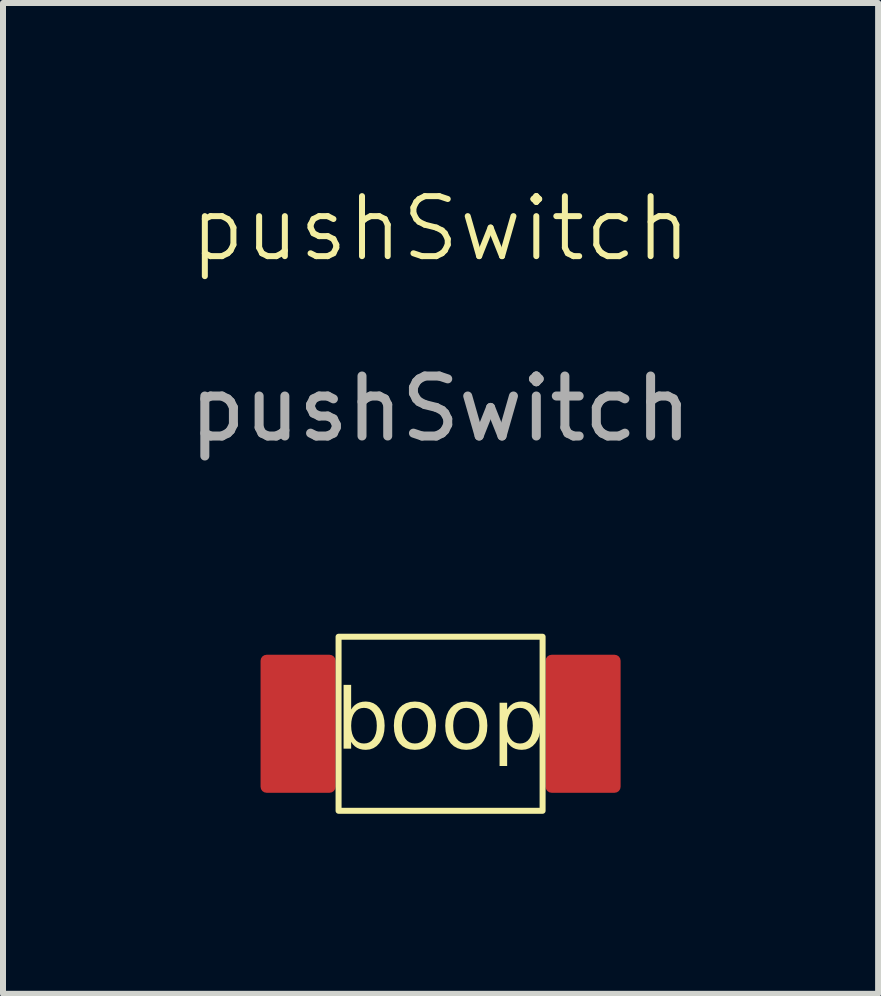
<source format=kicad_pcb>
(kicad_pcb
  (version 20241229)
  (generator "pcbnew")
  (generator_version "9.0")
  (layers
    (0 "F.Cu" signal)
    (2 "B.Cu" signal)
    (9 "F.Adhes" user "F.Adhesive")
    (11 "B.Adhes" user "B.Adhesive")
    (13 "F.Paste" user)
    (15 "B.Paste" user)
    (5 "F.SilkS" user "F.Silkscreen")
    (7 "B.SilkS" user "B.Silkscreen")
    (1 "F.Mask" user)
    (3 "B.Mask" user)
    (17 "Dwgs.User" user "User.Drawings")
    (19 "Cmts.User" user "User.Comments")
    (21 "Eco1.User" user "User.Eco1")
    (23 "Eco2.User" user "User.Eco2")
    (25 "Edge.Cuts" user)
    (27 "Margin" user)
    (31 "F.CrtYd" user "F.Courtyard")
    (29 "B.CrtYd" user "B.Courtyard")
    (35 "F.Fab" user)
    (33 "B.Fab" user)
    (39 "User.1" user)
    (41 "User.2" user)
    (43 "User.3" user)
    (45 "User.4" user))
  (footprint "pushSwitch"
    (layer "F.Cu")
    (at 4.292 9.011)
    (property "Reference" "pushSwitch" (at 0 -8.25 0) (unlocked yes) (layer "F.SilkS") (effects (font (size 1 1) (thickness 0.1))))
    (attr smd)
    (fp_rect (start -1.7 -1.45) (end 1.7 1.45) (stroke (width 0.1) (type solid)) (fill no) (layer "F.SilkS"))
    (fp_text user "boop" (at 0 0 0) (unlocked yes) (layer "F.SilkS") (effects (font (face "Comic Sans MS") (size 1 1) (thickness 0.1))))
    (fp_text user "${REFERENCE}" (at 0 -5.25 0) (unlocked yes) (layer "F.Fab") (effects (font (size 1 1) (thickness 0.15))))
    (pad "1" smd roundrect (at 2.375 0) (size 1.25 2.3) (layers "F.Cu" "F.Mask" "F.Paste") (roundrect_rratio 0.08))
    (pad "2" smd roundrect (at -2.375 0) (size 1.25 2.3) (layers "F.Cu" "F.Mask" "F.Paste") (roundrect_rratio 0.08)))
  (gr_rect
    (start -3 -3)
    (end 11.583 13.511)
    (stroke (width 0.1) (type default))
    (fill no)
    (layer "Edge.Cuts")))
</source>
